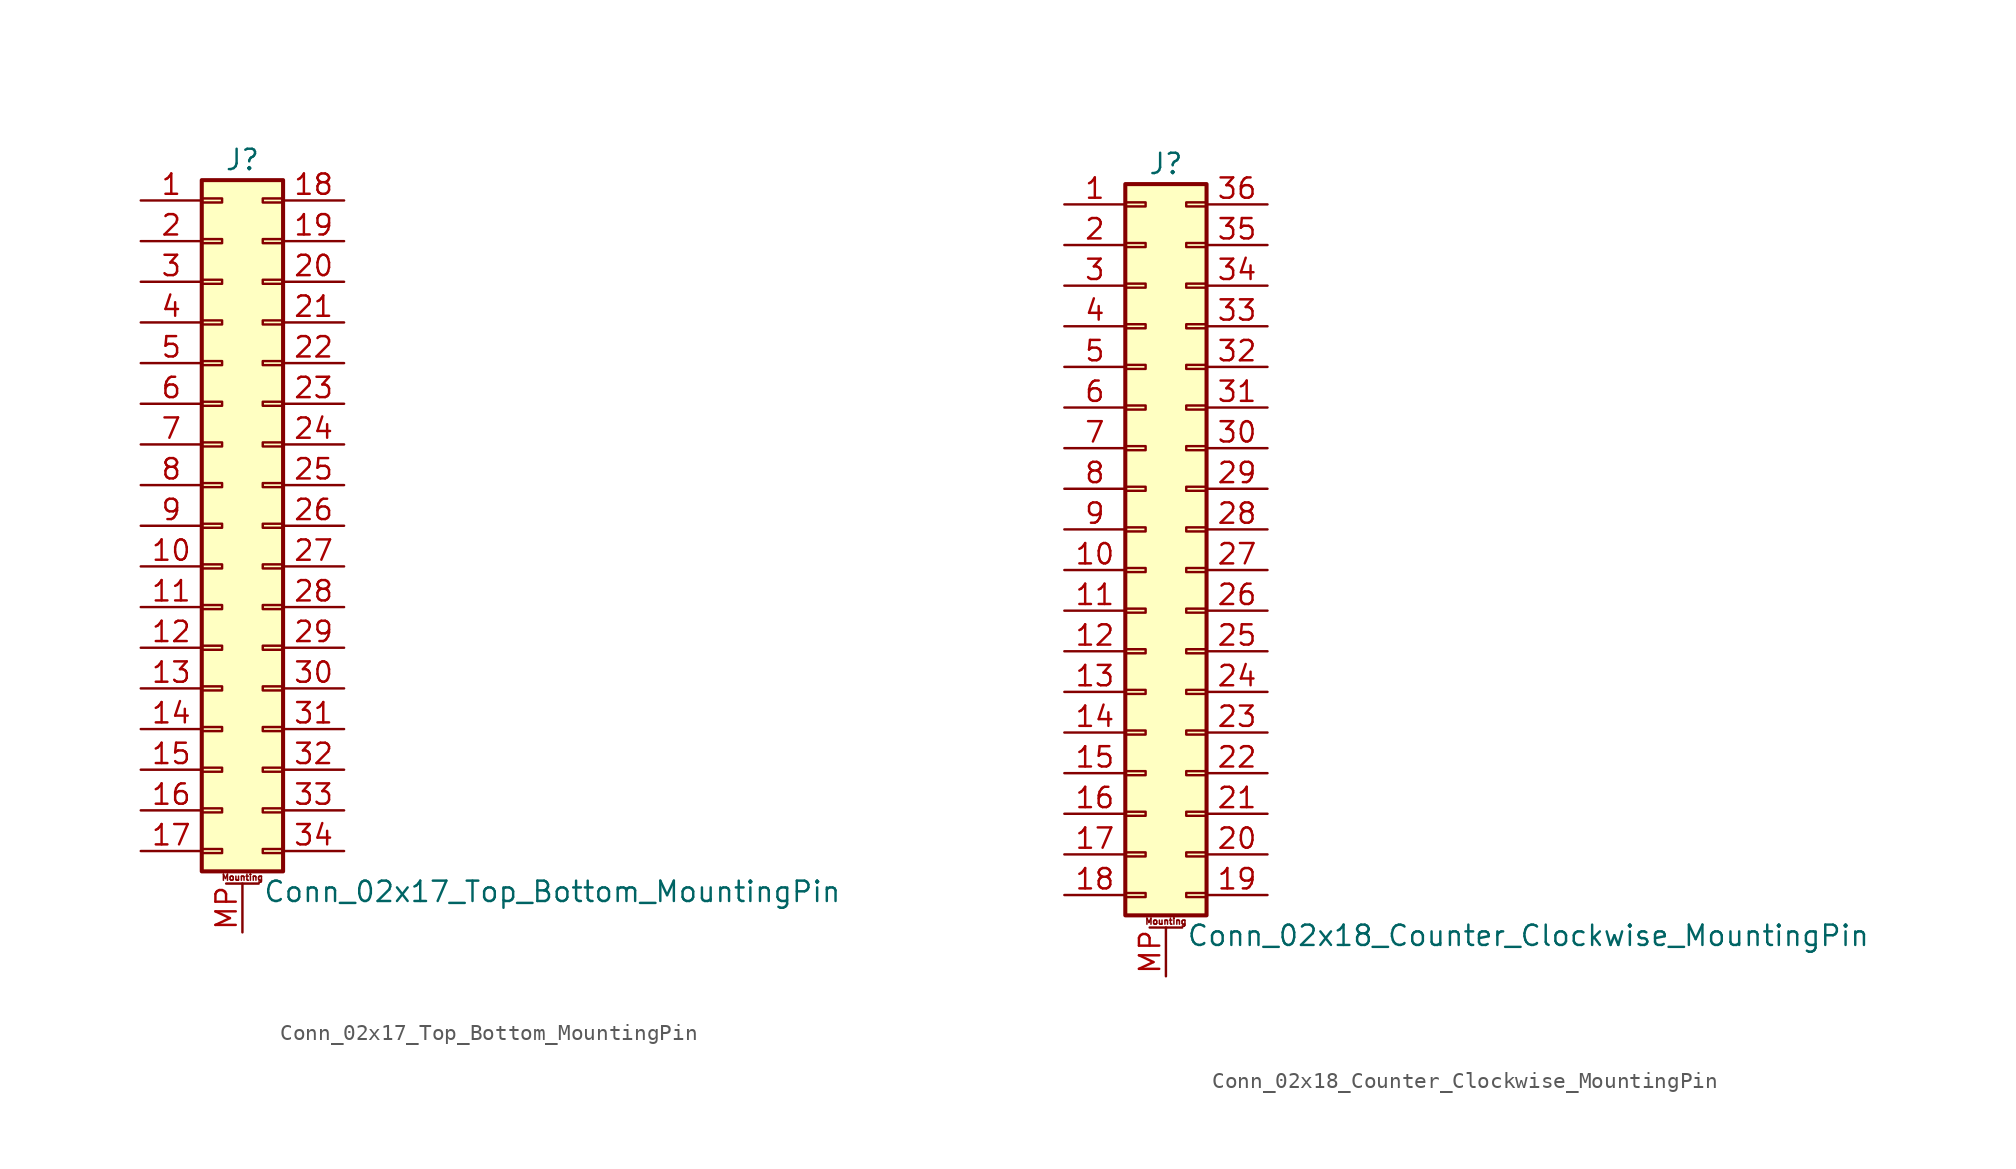
<source format=kicad_sym>
(kicad_symbol_lib
  (version 20211014)
  (generator kicad_symbol_editor)
  (symbol "Conn_02x17_Top_Bottom_MountingPin"
    (pin_names
      (offset 1.016) hide)
    (property "Reference" "J"
      (at 1.27 22.86 0)
      (effects (font (size 1.27 1.27))))
    (property "Value" "Conn_02x17_Top_Bottom_MountingPin"
      (at 2.54 -22.86 0)
      (effects (font (size 1.27 1.27)) (justify left)))
    (symbol "Conn_02x17_Top_Bottom_MountingPin_1_1"
      (rectangle (start -1.27 -20.193) (end 0 -20.447) (stroke (width 0.152) (type default) (color 0 0 0 0)) (fill (type none)))
      (rectangle (start -1.27 -17.653) (end 0 -17.907) (stroke (width 0.152) (type default) (color 0 0 0 0)) (fill (type none)))
      (rectangle (start -1.27 -15.113) (end 0 -15.367) (stroke (width 0.152) (type default) (color 0 0 0 0)) (fill (type none)))
      (rectangle (start -1.27 -12.573) (end 0 -12.827) (stroke (width 0.152) (type default) (color 0 0 0 0)) (fill (type none)))
      (rectangle (start -1.27 -10.033) (end 0 -10.287) (stroke (width 0.152) (type default) (color 0 0 0 0)) (fill (type none)))
      (rectangle (start -1.27 -7.493) (end 0 -7.747) (stroke (width 0.152) (type default) (color 0 0 0 0)) (fill (type none)))
      (rectangle (start -1.27 -4.953) (end 0 -5.207) (stroke (width 0.152) (type default) (color 0 0 0 0)) (fill (type none)))
      (rectangle (start -1.27 -2.413) (end 0 -2.667) (stroke (width 0.152) (type default) (color 0 0 0 0)) (fill (type none)))
      (rectangle (start -1.27 0.127) (end 0 -0.127) (stroke (width 0.152) (type default) (color 0 0 0 0)) (fill (type none)))
      (rectangle (start -1.27 2.667) (end 0 2.413) (stroke (width 0.152) (type default) (color 0 0 0 0)) (fill (type none)))
      (rectangle (start -1.27 5.207) (end 0 4.953) (stroke (width 0.152) (type default) (color 0 0 0 0)) (fill (type none)))
      (rectangle (start -1.27 7.747) (end 0 7.493) (stroke (width 0.152) (type default) (color 0 0 0 0)) (fill (type none)))
      (rectangle (start -1.27 10.287) (end 0 10.033) (stroke (width 0.152) (type default) (color 0 0 0 0)) (fill (type none)))
      (rectangle (start -1.27 12.827) (end 0 12.573) (stroke (width 0.152) (type default) (color 0 0 0 0)) (fill (type none)))
      (rectangle (start -1.27 15.367) (end 0 15.113) (stroke (width 0.152) (type default) (color 0 0 0 0)) (fill (type none)))
      (rectangle (start -1.27 17.907) (end 0 17.653) (stroke (width 0.152) (type default) (color 0 0 0 0)) (fill (type none)))
      (rectangle (start -1.27 20.447) (end 0 20.193) (stroke (width 0.152) (type default) (color 0 0 0 0)) (fill (type none)))
      (rectangle (start -1.27 21.59) (end 3.81 -21.59) (stroke (width 0.254) (type default) (color 0 0 0 0)) (fill (type background)))
      (polyline (pts (xy 0.254 -22.352) (xy 2.286 -22.352)) (stroke (width 0.152) (type default) (color 0 0 0 0)) (fill (type none)))
      (rectangle (start 3.81 -20.193) (end 2.54 -20.447) (stroke (width 0.152) (type default) (color 0 0 0 0)) (fill (type none)))
      (rectangle (start 3.81 -17.653) (end 2.54 -17.907) (stroke (width 0.152) (type default) (color 0 0 0 0)) (fill (type none)))
      (rectangle (start 3.81 -15.113) (end 2.54 -15.367) (stroke (width 0.152) (type default) (color 0 0 0 0)) (fill (type none)))
      (rectangle (start 3.81 -12.573) (end 2.54 -12.827) (stroke (width 0.152) (type default) (color 0 0 0 0)) (fill (type none)))
      (rectangle (start 3.81 -10.033) (end 2.54 -10.287) (stroke (width 0.152) (type default) (color 0 0 0 0)) (fill (type none)))
      (rectangle (start 3.81 -7.493) (end 2.54 -7.747) (stroke (width 0.152) (type default) (color 0 0 0 0)) (fill (type none)))
      (rectangle (start 3.81 -4.953) (end 2.54 -5.207) (stroke (width 0.152) (type default) (color 0 0 0 0)) (fill (type none)))
      (rectangle (start 3.81 -2.413) (end 2.54 -2.667) (stroke (width 0.152) (type default) (color 0 0 0 0)) (fill (type none)))
      (rectangle (start 3.81 0.127) (end 2.54 -0.127) (stroke (width 0.152) (type default) (color 0 0 0 0)) (fill (type none)))
      (rectangle (start 3.81 2.667) (end 2.54 2.413) (stroke (width 0.152) (type default) (color 0 0 0 0)) (fill (type none)))
      (rectangle (start 3.81 5.207) (end 2.54 4.953) (stroke (width 0.152) (type default) (color 0 0 0 0)) (fill (type none)))
      (rectangle (start 3.81 7.747) (end 2.54 7.493) (stroke (width 0.152) (type default) (color 0 0 0 0)) (fill (type none)))
      (rectangle (start 3.81 10.287) (end 2.54 10.033) (stroke (width 0.152) (type default) (color 0 0 0 0)) (fill (type none)))
      (rectangle (start 3.81 12.827) (end 2.54 12.573) (stroke (width 0.152) (type default) (color 0 0 0 0)) (fill (type none)))
      (rectangle (start 3.81 15.367) (end 2.54 15.113) (stroke (width 0.152) (type default) (color 0 0 0 0)) (fill (type none)))
      (rectangle (start 3.81 17.907) (end 2.54 17.653) (stroke (width 0.152) (type default) (color 0 0 0 0)) (fill (type none)))
      (rectangle (start 3.81 20.447) (end 2.54 20.193) (stroke (width 0.152) (type default) (color 0 0 0 0)) (fill (type none)))
      (text "Mounting" (at 1.27 -21.971 0) (effects (font (size 0.381 0.381))))
      (pin passive line (at -5.08 20.32 0) (length 3.81) (name "Pin_1" (effects (font (size 1.27 1.27)))) (number "1" (effects (font (size 1.27 1.27)))))
      (pin passive line (at -5.08 -2.54 0) (length 3.81) (name "Pin_10" (effects (font (size 1.27 1.27)))) (number "10" (effects (font (size 1.27 1.27)))))
      (pin passive line (at -5.08 -5.08 0) (length 3.81) (name "Pin_11" (effects (font (size 1.27 1.27)))) (number "11" (effects (font (size 1.27 1.27)))))
      (pin passive line (at -5.08 -7.62 0) (length 3.81) (name "Pin_12" (effects (font (size 1.27 1.27)))) (number "12" (effects (font (size 1.27 1.27)))))
      (pin passive line (at -5.08 -10.16 0) (length 3.81) (name "Pin_13" (effects (font (size 1.27 1.27)))) (number "13" (effects (font (size 1.27 1.27)))))
      (pin passive line (at -5.08 -12.7 0) (length 3.81) (name "Pin_14" (effects (font (size 1.27 1.27)))) (number "14" (effects (font (size 1.27 1.27)))))
      (pin passive line (at -5.08 -15.24 0) (length 3.81) (name "Pin_15" (effects (font (size 1.27 1.27)))) (number "15" (effects (font (size 1.27 1.27)))))
      (pin passive line (at -5.08 -17.78 0) (length 3.81) (name "Pin_16" (effects (font (size 1.27 1.27)))) (number "16" (effects (font (size 1.27 1.27)))))
      (pin passive line (at -5.08 -20.32 0) (length 3.81) (name "Pin_17" (effects (font (size 1.27 1.27)))) (number "17" (effects (font (size 1.27 1.27)))))
      (pin passive line (at 7.62 20.32 180) (length 3.81) (name "Pin_18" (effects (font (size 1.27 1.27)))) (number "18" (effects (font (size 1.27 1.27)))))
      (pin passive line (at 7.62 17.78 180) (length 3.81) (name "Pin_19" (effects (font (size 1.27 1.27)))) (number "19" (effects (font (size 1.27 1.27)))))
      (pin passive line (at -5.08 17.78 0) (length 3.81) (name "Pin_2" (effects (font (size 1.27 1.27)))) (number "2" (effects (font (size 1.27 1.27)))))
      (pin passive line (at 7.62 15.24 180) (length 3.81) (name "Pin_20" (effects (font (size 1.27 1.27)))) (number "20" (effects (font (size 1.27 1.27)))))
      (pin passive line (at 7.62 12.7 180) (length 3.81) (name "Pin_21" (effects (font (size 1.27 1.27)))) (number "21" (effects (font (size 1.27 1.27)))))
      (pin passive line (at 7.62 10.16 180) (length 3.81) (name "Pin_22" (effects (font (size 1.27 1.27)))) (number "22" (effects (font (size 1.27 1.27)))))
      (pin passive line (at 7.62 7.62 180) (length 3.81) (name "Pin_23" (effects (font (size 1.27 1.27)))) (number "23" (effects (font (size 1.27 1.27)))))
      (pin passive line (at 7.62 5.08 180) (length 3.81) (name "Pin_24" (effects (font (size 1.27 1.27)))) (number "24" (effects (font (size 1.27 1.27)))))
      (pin passive line (at 7.62 2.54 180) (length 3.81) (name "Pin_25" (effects (font (size 1.27 1.27)))) (number "25" (effects (font (size 1.27 1.27)))))
      (pin passive line (at 7.62 0 180) (length 3.81) (name "Pin_26" (effects (font (size 1.27 1.27)))) (number "26" (effects (font (size 1.27 1.27)))))
      (pin passive line (at 7.62 -2.54 180) (length 3.81) (name "Pin_27" (effects (font (size 1.27 1.27)))) (number "27" (effects (font (size 1.27 1.27)))))
      (pin passive line (at 7.62 -5.08 180) (length 3.81) (name "Pin_28" (effects (font (size 1.27 1.27)))) (number "28" (effects (font (size 1.27 1.27)))))
      (pin passive line (at 7.62 -7.62 180) (length 3.81) (name "Pin_29" (effects (font (size 1.27 1.27)))) (number "29" (effects (font (size 1.27 1.27)))))
      (pin passive line (at -5.08 15.24 0) (length 3.81) (name "Pin_3" (effects (font (size 1.27 1.27)))) (number "3" (effects (font (size 1.27 1.27)))))
      (pin passive line (at 7.62 -10.16 180) (length 3.81) (name "Pin_30" (effects (font (size 1.27 1.27)))) (number "30" (effects (font (size 1.27 1.27)))))
      (pin passive line (at 7.62 -12.7 180) (length 3.81) (name "Pin_31" (effects (font (size 1.27 1.27)))) (number "31" (effects (font (size 1.27 1.27)))))
      (pin passive line (at 7.62 -15.24 180) (length 3.81) (name "Pin_32" (effects (font (size 1.27 1.27)))) (number "32" (effects (font (size 1.27 1.27)))))
      (pin passive line (at 7.62 -17.78 180) (length 3.81) (name "Pin_33" (effects (font (size 1.27 1.27)))) (number "33" (effects (font (size 1.27 1.27)))))
      (pin passive line (at 7.62 -20.32 180) (length 3.81) (name "Pin_34" (effects (font (size 1.27 1.27)))) (number "34" (effects (font (size 1.27 1.27)))))
      (pin passive line (at -5.08 12.7 0) (length 3.81) (name "Pin_4" (effects (font (size 1.27 1.27)))) (number "4" (effects (font (size 1.27 1.27)))))
      (pin passive line (at -5.08 10.16 0) (length 3.81) (name "Pin_5" (effects (font (size 1.27 1.27)))) (number "5" (effects (font (size 1.27 1.27)))))
      (pin passive line (at -5.08 7.62 0) (length 3.81) (name "Pin_6" (effects (font (size 1.27 1.27)))) (number "6" (effects (font (size 1.27 1.27)))))
      (pin passive line (at -5.08 5.08 0) (length 3.81) (name "Pin_7" (effects (font (size 1.27 1.27)))) (number "7" (effects (font (size 1.27 1.27)))))
      (pin passive line (at -5.08 2.54 0) (length 3.81) (name "Pin_8" (effects (font (size 1.27 1.27)))) (number "8" (effects (font (size 1.27 1.27)))))
      (pin passive line (at -5.08 0 0) (length 3.81) (name "Pin_9" (effects (font (size 1.27 1.27)))) (number "9" (effects (font (size 1.27 1.27)))))
      (pin passive line (at 1.27 -25.4 90) (length 3.048) (name "MountPin" (effects (font (size 1.27 1.27)))) (number "MP" (effects (font (size 1.27 1.27)))))))
  (symbol "Conn_02x18_Counter_Clockwise_MountingPin"
    (pin_names
      (offset 1.016) hide)
    (property "Reference" "J"
      (at 1.27 22.86 0)
      (effects (font (size 1.27 1.27))))
    (property "Value" "Conn_02x18_Counter_Clockwise_MountingPin"
      (at 2.54 -25.4 0)
      (effects (font (size 1.27 1.27)) (justify left)))
    (symbol "Conn_02x18_Counter_Clockwise_MountingPin_1_1"
      (rectangle (start -1.27 -22.733) (end 0 -22.987) (stroke (width 0.152) (type default) (color 0 0 0 0)) (fill (type none)))
      (rectangle (start -1.27 -20.193) (end 0 -20.447) (stroke (width 0.152) (type default) (color 0 0 0 0)) (fill (type none)))
      (rectangle (start -1.27 -17.653) (end 0 -17.907) (stroke (width 0.152) (type default) (color 0 0 0 0)) (fill (type none)))
      (rectangle (start -1.27 -15.113) (end 0 -15.367) (stroke (width 0.152) (type default) (color 0 0 0 0)) (fill (type none)))
      (rectangle (start -1.27 -12.573) (end 0 -12.827) (stroke (width 0.152) (type default) (color 0 0 0 0)) (fill (type none)))
      (rectangle (start -1.27 -10.033) (end 0 -10.287) (stroke (width 0.152) (type default) (color 0 0 0 0)) (fill (type none)))
      (rectangle (start -1.27 -7.493) (end 0 -7.747) (stroke (width 0.152) (type default) (color 0 0 0 0)) (fill (type none)))
      (rectangle (start -1.27 -4.953) (end 0 -5.207) (stroke (width 0.152) (type default) (color 0 0 0 0)) (fill (type none)))
      (rectangle (start -1.27 -2.413) (end 0 -2.667) (stroke (width 0.152) (type default) (color 0 0 0 0)) (fill (type none)))
      (rectangle (start -1.27 0.127) (end 0 -0.127) (stroke (width 0.152) (type default) (color 0 0 0 0)) (fill (type none)))
      (rectangle (start -1.27 2.667) (end 0 2.413) (stroke (width 0.152) (type default) (color 0 0 0 0)) (fill (type none)))
      (rectangle (start -1.27 5.207) (end 0 4.953) (stroke (width 0.152) (type default) (color 0 0 0 0)) (fill (type none)))
      (rectangle (start -1.27 7.747) (end 0 7.493) (stroke (width 0.152) (type default) (color 0 0 0 0)) (fill (type none)))
      (rectangle (start -1.27 10.287) (end 0 10.033) (stroke (width 0.152) (type default) (color 0 0 0 0)) (fill (type none)))
      (rectangle (start -1.27 12.827) (end 0 12.573) (stroke (width 0.152) (type default) (color 0 0 0 0)) (fill (type none)))
      (rectangle (start -1.27 15.367) (end 0 15.113) (stroke (width 0.152) (type default) (color 0 0 0 0)) (fill (type none)))
      (rectangle (start -1.27 17.907) (end 0 17.653) (stroke (width 0.152) (type default) (color 0 0 0 0)) (fill (type none)))
      (rectangle (start -1.27 20.447) (end 0 20.193) (stroke (width 0.152) (type default) (color 0 0 0 0)) (fill (type none)))
      (rectangle (start -1.27 21.59) (end 3.81 -24.13) (stroke (width 0.254) (type default) (color 0 0 0 0)) (fill (type background)))
      (polyline (pts (xy 0.254 -24.892) (xy 2.286 -24.892)) (stroke (width 0.152) (type default) (color 0 0 0 0)) (fill (type none)))
      (rectangle (start 3.81 -22.733) (end 2.54 -22.987) (stroke (width 0.152) (type default) (color 0 0 0 0)) (fill (type none)))
      (rectangle (start 3.81 -20.193) (end 2.54 -20.447) (stroke (width 0.152) (type default) (color 0 0 0 0)) (fill (type none)))
      (rectangle (start 3.81 -17.653) (end 2.54 -17.907) (stroke (width 0.152) (type default) (color 0 0 0 0)) (fill (type none)))
      (rectangle (start 3.81 -15.113) (end 2.54 -15.367) (stroke (width 0.152) (type default) (color 0 0 0 0)) (fill (type none)))
      (rectangle (start 3.81 -12.573) (end 2.54 -12.827) (stroke (width 0.152) (type default) (color 0 0 0 0)) (fill (type none)))
      (rectangle (start 3.81 -10.033) (end 2.54 -10.287) (stroke (width 0.152) (type default) (color 0 0 0 0)) (fill (type none)))
      (rectangle (start 3.81 -7.493) (end 2.54 -7.747) (stroke (width 0.152) (type default) (color 0 0 0 0)) (fill (type none)))
      (rectangle (start 3.81 -4.953) (end 2.54 -5.207) (stroke (width 0.152) (type default) (color 0 0 0 0)) (fill (type none)))
      (rectangle (start 3.81 -2.413) (end 2.54 -2.667) (stroke (width 0.152) (type default) (color 0 0 0 0)) (fill (type none)))
      (rectangle (start 3.81 0.127) (end 2.54 -0.127) (stroke (width 0.152) (type default) (color 0 0 0 0)) (fill (type none)))
      (rectangle (start 3.81 2.667) (end 2.54 2.413) (stroke (width 0.152) (type default) (color 0 0 0 0)) (fill (type none)))
      (rectangle (start 3.81 5.207) (end 2.54 4.953) (stroke (width 0.152) (type default) (color 0 0 0 0)) (fill (type none)))
      (rectangle (start 3.81 7.747) (end 2.54 7.493) (stroke (width 0.152) (type default) (color 0 0 0 0)) (fill (type none)))
      (rectangle (start 3.81 10.287) (end 2.54 10.033) (stroke (width 0.152) (type default) (color 0 0 0 0)) (fill (type none)))
      (rectangle (start 3.81 12.827) (end 2.54 12.573) (stroke (width 0.152) (type default) (color 0 0 0 0)) (fill (type none)))
      (rectangle (start 3.81 15.367) (end 2.54 15.113) (stroke (width 0.152) (type default) (color 0 0 0 0)) (fill (type none)))
      (rectangle (start 3.81 17.907) (end 2.54 17.653) (stroke (width 0.152) (type default) (color 0 0 0 0)) (fill (type none)))
      (rectangle (start 3.81 20.447) (end 2.54 20.193) (stroke (width 0.152) (type default) (color 0 0 0 0)) (fill (type none)))
      (text "Mounting" (at 1.27 -24.511 0) (effects (font (size 0.381 0.381))))
      (pin passive line (at -5.08 20.32 0) (length 3.81) (name "Pin_1" (effects (font (size 1.27 1.27)))) (number "1" (effects (font (size 1.27 1.27)))))
      (pin passive line (at -5.08 -2.54 0) (length 3.81) (name "Pin_10" (effects (font (size 1.27 1.27)))) (number "10" (effects (font (size 1.27 1.27)))))
      (pin passive line (at -5.08 -5.08 0) (length 3.81) (name "Pin_11" (effects (font (size 1.27 1.27)))) (number "11" (effects (font (size 1.27 1.27)))))
      (pin passive line (at -5.08 -7.62 0) (length 3.81) (name "Pin_12" (effects (font (size 1.27 1.27)))) (number "12" (effects (font (size 1.27 1.27)))))
      (pin passive line (at -5.08 -10.16 0) (length 3.81) (name "Pin_13" (effects (font (size 1.27 1.27)))) (number "13" (effects (font (size 1.27 1.27)))))
      (pin passive line (at -5.08 -12.7 0) (length 3.81) (name "Pin_14" (effects (font (size 1.27 1.27)))) (number "14" (effects (font (size 1.27 1.27)))))
      (pin passive line (at -5.08 -15.24 0) (length 3.81) (name "Pin_15" (effects (font (size 1.27 1.27)))) (number "15" (effects (font (size 1.27 1.27)))))
      (pin passive line (at -5.08 -17.78 0) (length 3.81) (name "Pin_16" (effects (font (size 1.27 1.27)))) (number "16" (effects (font (size 1.27 1.27)))))
      (pin passive line (at -5.08 -20.32 0) (length 3.81) (name "Pin_17" (effects (font (size 1.27 1.27)))) (number "17" (effects (font (size 1.27 1.27)))))
      (pin passive line (at -5.08 -22.86 0) (length 3.81) (name "Pin_18" (effects (font (size 1.27 1.27)))) (number "18" (effects (font (size 1.27 1.27)))))
      (pin passive line (at 7.62 -22.86 180) (length 3.81) (name "Pin_19" (effects (font (size 1.27 1.27)))) (number "19" (effects (font (size 1.27 1.27)))))
      (pin passive line (at -5.08 17.78 0) (length 3.81) (name "Pin_2" (effects (font (size 1.27 1.27)))) (number "2" (effects (font (size 1.27 1.27)))))
      (pin passive line (at 7.62 -20.32 180) (length 3.81) (name "Pin_20" (effects (font (size 1.27 1.27)))) (number "20" (effects (font (size 1.27 1.27)))))
      (pin passive line (at 7.62 -17.78 180) (length 3.81) (name "Pin_21" (effects (font (size 1.27 1.27)))) (number "21" (effects (font (size 1.27 1.27)))))
      (pin passive line (at 7.62 -15.24 180) (length 3.81) (name "Pin_22" (effects (font (size 1.27 1.27)))) (number "22" (effects (font (size 1.27 1.27)))))
      (pin passive line (at 7.62 -12.7 180) (length 3.81) (name "Pin_23" (effects (font (size 1.27 1.27)))) (number "23" (effects (font (size 1.27 1.27)))))
      (pin passive line (at 7.62 -10.16 180) (length 3.81) (name "Pin_24" (effects (font (size 1.27 1.27)))) (number "24" (effects (font (size 1.27 1.27)))))
      (pin passive line (at 7.62 -7.62 180) (length 3.81) (name "Pin_25" (effects (font (size 1.27 1.27)))) (number "25" (effects (font (size 1.27 1.27)))))
      (pin passive line (at 7.62 -5.08 180) (length 3.81) (name "Pin_26" (effects (font (size 1.27 1.27)))) (number "26" (effects (font (size 1.27 1.27)))))
      (pin passive line (at 7.62 -2.54 180) (length 3.81) (name "Pin_27" (effects (font (size 1.27 1.27)))) (number "27" (effects (font (size 1.27 1.27)))))
      (pin passive line (at 7.62 0 180) (length 3.81) (name "Pin_28" (effects (font (size 1.27 1.27)))) (number "28" (effects (font (size 1.27 1.27)))))
      (pin passive line (at 7.62 2.54 180) (length 3.81) (name "Pin_29" (effects (font (size 1.27 1.27)))) (number "29" (effects (font (size 1.27 1.27)))))
      (pin passive line (at -5.08 15.24 0) (length 3.81) (name "Pin_3" (effects (font (size 1.27 1.27)))) (number "3" (effects (font (size 1.27 1.27)))))
      (pin passive line (at 7.62 5.08 180) (length 3.81) (name "Pin_30" (effects (font (size 1.27 1.27)))) (number "30" (effects (font (size 1.27 1.27)))))
      (pin passive line (at 7.62 7.62 180) (length 3.81) (name "Pin_31" (effects (font (size 1.27 1.27)))) (number "31" (effects (font (size 1.27 1.27)))))
      (pin passive line (at 7.62 10.16 180) (length 3.81) (name "Pin_32" (effects (font (size 1.27 1.27)))) (number "32" (effects (font (size 1.27 1.27)))))
      (pin passive line (at 7.62 12.7 180) (length 3.81) (name "Pin_33" (effects (font (size 1.27 1.27)))) (number "33" (effects (font (size 1.27 1.27)))))
      (pin passive line (at 7.62 15.24 180) (length 3.81) (name "Pin_34" (effects (font (size 1.27 1.27)))) (number "34" (effects (font (size 1.27 1.27)))))
      (pin passive line (at 7.62 17.78 180) (length 3.81) (name "Pin_35" (effects (font (size 1.27 1.27)))) (number "35" (effects (font (size 1.27 1.27)))))
      (pin passive line (at 7.62 20.32 180) (length 3.81) (name "Pin_36" (effects (font (size 1.27 1.27)))) (number "36" (effects (font (size 1.27 1.27)))))
      (pin passive line (at -5.08 12.7 0) (length 3.81) (name "Pin_4" (effects (font (size 1.27 1.27)))) (number "4" (effects (font (size 1.27 1.27)))))
      (pin passive line (at -5.08 10.16 0) (length 3.81) (name "Pin_5" (effects (font (size 1.27 1.27)))) (number "5" (effects (font (size 1.27 1.27)))))
      (pin passive line (at -5.08 7.62 0) (length 3.81) (name "Pin_6" (effects (font (size 1.27 1.27)))) (number "6" (effects (font (size 1.27 1.27)))))
      (pin passive line (at -5.08 5.08 0) (length 3.81) (name "Pin_7" (effects (font (size 1.27 1.27)))) (number "7" (effects (font (size 1.27 1.27)))))
      (pin passive line (at -5.08 2.54 0) (length 3.81) (name "Pin_8" (effects (font (size 1.27 1.27)))) (number "8" (effects (font (size 1.27 1.27)))))
      (pin passive line (at -5.08 0 0) (length 3.81) (name "Pin_9" (effects (font (size 1.27 1.27)))) (number "9" (effects (font (size 1.27 1.27)))))
      (pin passive line (at 1.27 -27.94 90) (length 3.048) (name "MountPin" (effects (font (size 1.27 1.27)))) (number "MP" (effects (font (size 1.27 1.27))))))))
</source>
